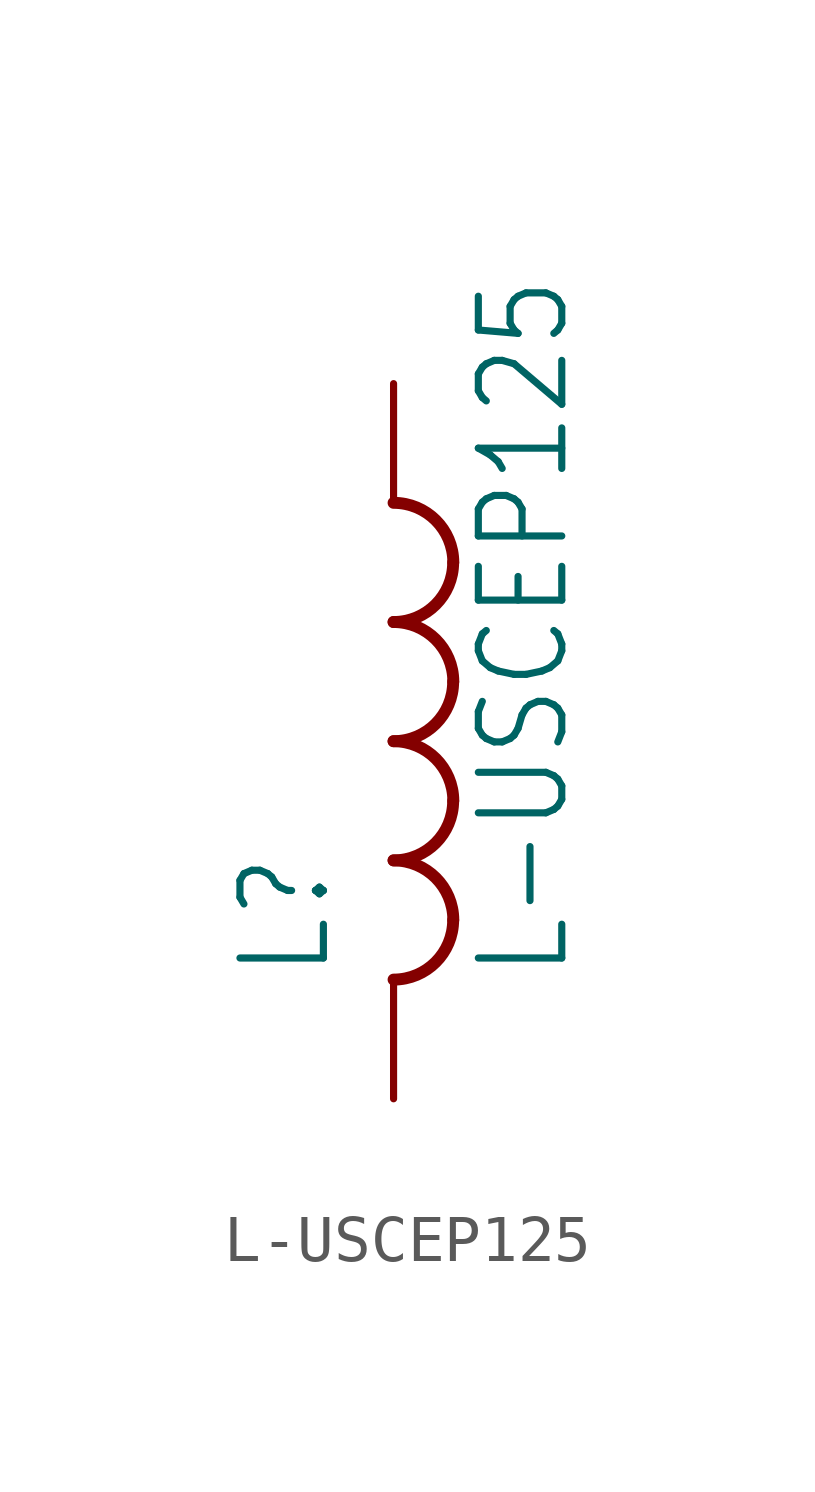
<source format=kicad_sym>
(kicad_symbol_lib
  (version 20211014)
  (generator kicad_symbol_editor)
  (symbol "L-USCEP125"
    (property "Reference" "L"
      (at -1.27 -5.08 90)
      (effects (font (size 1.778 1.511)) (justify left bottom)))
    (property "Value" "L-USCEP125"
      (at 3.81 -5.08 90)
      (effects (font (size 1.778 1.511)) (justify left bottom)))
    (property "ki_locked" ""
      (at 0 0 0)
      (effects (font (size 1.27 1.27))))
    (symbol "L-USCEP125_1_0"
      (arc (start 0 -5.08) (mid 0.898 -4.708) (end 1.27 -3.81) (stroke (width 0.254) (type default) (color 0 0 0 0)) (fill (type none)))
      (arc (start 0 -2.54) (mid 0.898 -2.168) (end 1.27 -1.27) (stroke (width 0.254) (type default) (color 0 0 0 0)) (fill (type none)))
      (arc (start 0 0) (mid 0.898 0.372) (end 1.27 1.27) (stroke (width 0.254) (type default) (color 0 0 0 0)) (fill (type none)))
      (arc (start 0 2.54) (mid 0.898 2.912) (end 1.27 3.81) (stroke (width 0.254) (type default) (color 0 0 0 0)) (fill (type none)))
      (arc (start 1.27 -3.81) (mid 0.898 -2.912) (end 0 -2.54) (stroke (width 0.254) (type default) (color 0 0 0 0)) (fill (type none)))
      (arc (start 1.27 -1.27) (mid 0.898 -0.372) (end 0 0) (stroke (width 0.254) (type default) (color 0 0 0 0)) (fill (type none)))
      (arc (start 1.27 1.27) (mid 0.898 2.168) (end 0 2.54) (stroke (width 0.254) (type default) (color 0 0 0 0)) (fill (type none)))
      (arc (start 1.27 3.81) (mid 0.898 4.708) (end 0 5.08) (stroke (width 0.254) (type default) (color 0 0 0 0)) (fill (type none)))
      (pin passive line (at 0 7.62 270) (length 2.54) (name "1" (effects (font (size 0 0)))) (number "1" (effects (font (size 0 0)))))
      (pin passive line (at 0 -7.62 90) (length 2.54) (name "2" (effects (font (size 0 0)))) (number "2" (effects (font (size 0 0))))))))
</source>
